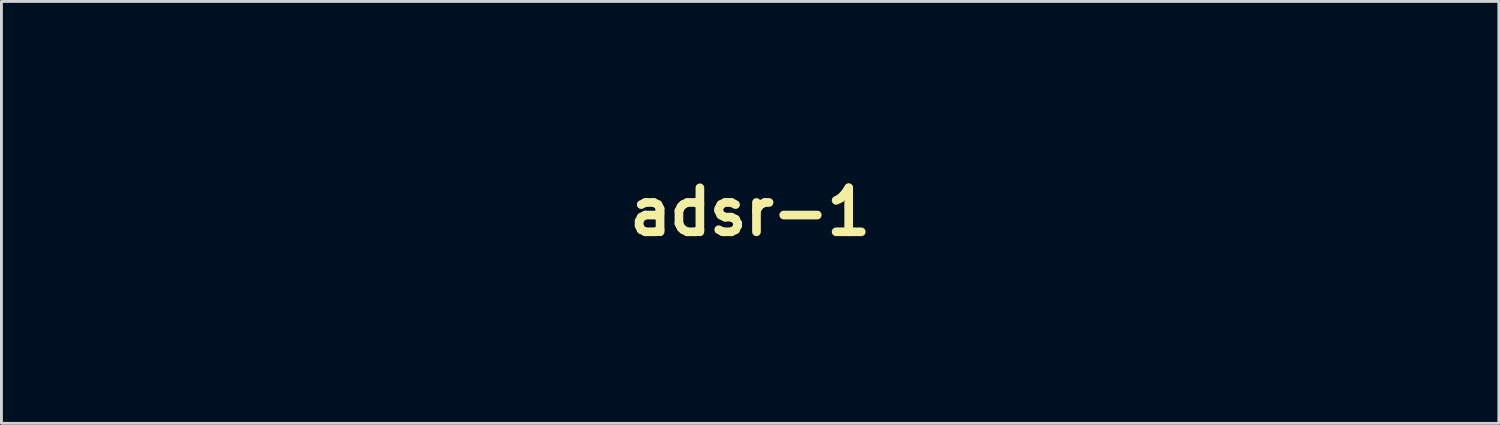
<source format=kicad_pcb>
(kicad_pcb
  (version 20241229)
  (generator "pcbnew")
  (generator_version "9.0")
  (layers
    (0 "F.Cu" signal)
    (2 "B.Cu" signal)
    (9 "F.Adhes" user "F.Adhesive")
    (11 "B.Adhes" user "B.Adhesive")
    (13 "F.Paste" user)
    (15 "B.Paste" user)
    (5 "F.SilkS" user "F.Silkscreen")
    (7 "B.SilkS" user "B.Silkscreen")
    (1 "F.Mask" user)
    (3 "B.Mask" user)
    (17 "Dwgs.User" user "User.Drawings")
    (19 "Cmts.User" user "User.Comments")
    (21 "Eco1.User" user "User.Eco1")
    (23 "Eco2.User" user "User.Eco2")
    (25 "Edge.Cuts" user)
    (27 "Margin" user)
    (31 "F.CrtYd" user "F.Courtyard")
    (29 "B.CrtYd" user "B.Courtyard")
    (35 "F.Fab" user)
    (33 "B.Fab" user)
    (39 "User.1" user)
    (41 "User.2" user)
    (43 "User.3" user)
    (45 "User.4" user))
  (footprint "adsr-1"
    (layer "F.Cu")
    (at 22.928 4.288)
    (property "Reference" "adsr-1" (at 0 0 0) (layer "F.SilkS") (effects (font (size 1.524 1.524) (thickness 0.3))))
    (attr through_hole)
    (fp_poly (pts (xy 16.549 -0.667) (xy 16.963 -0.667) (xy 17.366 -0.665) (xy 17.752 -0.664) (xy 18.116 -0.662) (xy 18.454 -0.659) (xy 18.761 -0.657) (xy 19.031 -0.653) (xy 19.26 -0.65) (xy 19.442 -0.646) (xy 19.572 -0.641) (xy 19.646 -0.636) (xy 19.659 -0.634) (xy 19.765 -0.58) (xy 19.878 -0.485) (xy 19.982 -0.364) (xy 20.063 -0.236) (xy 20.094 -0.159) (xy 20.119 0.024) (xy 20.082 0.197) (xy 19.987 0.356) (xy 19.834 0.497) (xy 19.71 0.575) (xy 19.51 0.683) (xy 16.05 0.689) (xy 15.489 0.69) (xy 14.989 0.69) (xy 14.546 0.69) (xy 14.156 0.69) (xy 13.816 0.689) (xy 13.523 0.688) (xy 13.273 0.686) (xy 13.064 0.683) (xy 12.891 0.68) (xy 12.752 0.677) (xy 12.643 0.672) (xy 12.56 0.667) (xy 12.501 0.661) (xy 12.462 0.655) (xy 12.452 0.652) (xy 12.247 0.558) (xy 12.071 0.419) (xy 11.981 0.31) (xy 11.924 0.213) (xy 11.898 0.117) (xy 11.893 0.003) (xy 11.905 -0.135) (xy 11.937 -0.253) (xy 11.948 -0.277) (xy 12.039 -0.41) (xy 12.156 -0.526) (xy 12.28 -0.609) (xy 12.342 -0.633) (xy 12.392 -0.638) (xy 12.501 -0.643) (xy 12.663 -0.647) (xy 12.874 -0.651) (xy 13.128 -0.655) (xy 13.421 -0.658) (xy 13.747 -0.661) (xy 14.102 -0.663) (xy 14.48 -0.665) (xy 14.877 -0.666) (xy 15.287 -0.667) (xy 15.706 -0.667) (xy 16.128 -0.668) (xy 16.549 -0.667)) (stroke (width 0.01) (type solid)) (fill yes) (layer "F.Mask"))
    (fp_poly (pts (xy 21.66 -4.25) (xy 21.723 -4.249) (xy 21.909 -4.243) (xy 22.045 -4.236) (xy 22.144 -4.225) (xy 22.221 -4.207) (xy 22.288 -4.182) (xy 22.329 -4.163) (xy 22.488 -4.066) (xy 22.64 -3.942) (xy 22.769 -3.806) (xy 22.857 -3.674) (xy 22.858 -3.671) (xy 22.868 -3.65) (xy 22.877 -3.627) (xy 22.885 -3.599) (xy 22.892 -3.563) (xy 22.898 -3.515) (xy 22.904 -3.451) (xy 22.908 -3.369) (xy 22.912 -3.263) (xy 22.914 -3.132) (xy 22.917 -2.97) (xy 22.918 -2.775) (xy 22.919 -2.544) (xy 22.92 -2.271) (xy 22.92 -1.955) (xy 22.919 -1.591) (xy 22.919 -1.176) (xy 22.918 -0.706) (xy 22.917 -0.177) (xy 22.916 0.069) (xy 22.908 3.672) (xy 22.82 3.804) (xy 22.686 3.958) (xy 22.507 4.095) (xy 22.298 4.202) (xy 22.241 4.224) (xy 22.117 4.256) (xy 21.953 4.282) (xy 21.77 4.301) (xy 21.589 4.31) (xy 21.432 4.309) (xy 21.336 4.298) (xy 21.08 4.227) (xy 20.849 4.121) (xy 20.653 3.986) (xy 20.505 3.83) (xy 20.487 3.804) (xy 20.399 3.672) (xy 20.382 0.091) (xy 20.47 -0.071) (xy 20.518 -0.144) (xy 20.603 -0.252) (xy 20.715 -0.387) (xy 20.847 -0.539) (xy 20.99 -0.697) (xy 21.025 -0.735) (xy 21.186 -0.908) (xy 21.31 -1.046) (xy 21.401 -1.157) (xy 21.464 -1.253) (xy 21.505 -1.344) (xy 21.527 -1.442) (xy 21.537 -1.556) (xy 21.54 -1.697) (xy 21.539 -1.826) (xy 21.537 -1.974) (xy 21.527 -2.096) (xy 21.505 -2.203) (xy 21.466 -2.304) (xy 21.404 -2.408) (xy 21.314 -2.526) (xy 21.191 -2.667) (xy 21.03 -2.841) (xy 20.985 -2.889) (xy 20.82 -3.067) (xy 20.695 -3.209) (xy 20.606 -3.323) (xy 20.548 -3.417) (xy 20.518 -3.502) (xy 20.512 -3.584) (xy 20.523 -3.672) (xy 20.546 -3.762) (xy 20.62 -3.914) (xy 20.748 -4.044) (xy 20.924 -4.147) (xy 21.048 -4.193) (xy 21.148 -4.22) (xy 21.243 -4.238) (xy 21.35 -4.248) (xy 21.483 -4.252) (xy 21.66 -4.25)) (stroke (width 0.01) (type solid)) (fill yes) (layer "F.Mask"))
    (fp_poly (pts (xy 1.445 -4.202) (xy 1.494 -4.164) (xy 1.581 -4.089) (xy 1.698 -3.981) (xy 1.838 -3.848) (xy 1.996 -3.696) (xy 2.163 -3.532) (xy 2.335 -3.362) (xy 2.503 -3.194) (xy 2.661 -3.033) (xy 2.803 -2.887) (xy 2.921 -2.762) (xy 3.01 -2.665) (xy 3.062 -2.602) (xy 3.071 -2.588) (xy 3.087 -2.51) (xy 3.086 -2.396) (xy 3.069 -2.268) (xy 3.042 -2.148) (xy 3.005 -2.06) (xy 3.003 -2.056) (xy 2.902 -1.958) (xy 2.755 -1.896) (xy 2.572 -1.873) (xy 2.561 -1.873) (xy 2.385 -1.873) (xy 1.936 -2.294) (xy 1.788 -2.43) (xy 1.648 -2.556) (xy 1.526 -2.663) (xy 1.43 -2.742) (xy 1.371 -2.786) (xy 1.254 -2.857) (xy -1.034 -2.857) (xy -3.321 -2.858) (xy -3.463 -2.768) (xy -3.628 -2.638) (xy -3.761 -2.484) (xy -3.831 -2.358) (xy -3.851 -2.274) (xy -3.866 -2.142) (xy -3.874 -1.978) (xy -3.877 -1.798) (xy -3.873 -1.615) (xy -3.864 -1.446) (xy -3.85 -1.305) (xy -3.83 -1.208) (xy -3.823 -1.188) (xy -3.733 -1.057) (xy -3.594 -0.927) (xy -3.419 -0.809) (xy -3.322 -0.759) (xy -3.127 -0.667) (xy -0.905 -0.666) (xy 1.318 -0.665) (xy 1.477 -0.563) (xy 1.537 -0.516) (xy 1.635 -0.43) (xy 1.764 -0.31) (xy 1.917 -0.163) (xy 2.09 0.005) (xy 2.275 0.189) (xy 2.418 0.333) (xy 2.634 0.554) (xy 2.809 0.734) (xy 2.947 0.88) (xy 3.053 0.995) (xy 3.13 1.086) (xy 3.183 1.155) (xy 3.216 1.209) (xy 3.234 1.252) (xy 3.235 1.254) (xy 3.25 1.345) (xy 3.26 1.484) (xy 3.267 1.653) (xy 3.269 1.838) (xy 3.267 2.022) (xy 3.26 2.188) (xy 3.249 2.322) (xy 3.236 2.397) (xy 3.22 2.437) (xy 3.191 2.486) (xy 3.144 2.549) (xy 3.074 2.631) (xy 2.979 2.735) (xy 2.853 2.868) (xy 2.692 3.032) (xy 2.492 3.234) (xy 2.355 3.371) (xy 2.136 3.589) (xy 1.957 3.767) (xy 1.812 3.909) (xy 1.697 4.019) (xy 1.605 4.102) (xy 1.533 4.163) (xy 1.475 4.205) (xy 1.426 4.234) (xy 1.38 4.253) (xy 1.336 4.268) (xy 1.295 4.278) (xy 1.244 4.286) (xy 1.177 4.294) (xy 1.089 4.3) (xy 0.977 4.305) (xy 0.835 4.309) (xy 0.659 4.312) (xy 0.444 4.314) (xy 0.186 4.316) (xy -0.121 4.317) (xy -0.48 4.317) (xy -0.897 4.317) (xy -1.03 4.317) (xy -1.458 4.317) (xy -1.828 4.316) (xy -2.143 4.315) (xy -2.41 4.314) (xy -2.632 4.312) (xy -2.814 4.31) (xy -2.961 4.306) (xy -3.078 4.302) (xy -3.17 4.297) (xy -3.241 4.29) (xy -3.297 4.282) (xy -3.341 4.273) (xy -3.379 4.262) (xy -3.395 4.257) (xy -3.444 4.237) (xy -3.495 4.211) (xy -3.551 4.173) (xy -3.619 4.12) (xy -3.704 4.045) (xy -3.811 3.945) (xy -3.946 3.814) (xy -4.114 3.648) (xy -4.319 3.443) (xy -4.36 3.402) (xy -5.153 2.608) (xy -5.135 2.41) (xy -5.095 2.218) (xy -5.013 2.073) (xy -4.888 1.975) (xy -4.718 1.921) (xy -4.638 1.911) (xy -4.45 1.898) (xy -3.983 2.329) (xy -3.83 2.467) (xy -3.683 2.595) (xy -3.55 2.703) (xy -3.444 2.785) (xy -3.372 2.831) (xy -3.37 2.833) (xy -3.335 2.849) (xy -3.3 2.863) (xy -3.258 2.875) (xy -3.206 2.884) (xy -3.135 2.892) (xy -3.041 2.897) (xy -2.918 2.902) (xy -2.76 2.906) (xy -2.561 2.908) (xy -2.315 2.911) (xy -2.017 2.913) (xy -1.699 2.915) (xy -1.286 2.918) (xy -0.934 2.918) (xy -0.641 2.916) (xy -0.405 2.913) (xy -0.224 2.908) (xy -0.095 2.9) (xy -0.016 2.891) (xy -0.009 2.89) (xy 0.128 2.844) (xy 0.255 2.762) (xy 0.311 2.714) (xy 0.467 2.533) (xy 0.579 2.316) (xy 0.646 2.074) (xy 0.668 1.816) (xy 0.643 1.555) (xy 0.571 1.3) (xy 0.452 1.062) (xy 0.421 1.015) (xy 0.386 0.962) (xy 0.355 0.916) (xy 0.324 0.876) (xy 0.288 0.842) (xy 0.244 0.814) (xy 0.186 0.791) (xy 0.111 0.773) (xy 0.013 0.759) (xy -0.112 0.748) (xy -0.269 0.74) (xy -0.461 0.735) (xy -0.695 0.732) (xy -0.973 0.73) (xy -1.301 0.73) (xy -1.683 0.73) (xy -2.124 0.73) (xy -2.15 0.73) (xy -2.581 0.73) (xy -2.952 0.73) (xy -3.27 0.729) (xy -3.539 0.728) (xy -3.763 0.727) (xy -3.947 0.725) (xy -4.096 0.722) (xy -4.214 0.717) (xy -4.307 0.712) (xy -4.378 0.706) (xy -4.434 0.699) (xy -4.478 0.689) (xy -4.515 0.679) (xy -4.55 0.666) (xy -4.55 0.666) (xy -4.736 0.578) (xy -4.921 0.459) (xy -5.081 0.325) (xy -5.157 0.243) (xy -5.255 0.121) (xy -5.264 -1.098) (xy -5.266 -1.409) (xy -5.267 -1.664) (xy -5.267 -1.868) (xy -5.266 -2.029) (xy -5.263 -2.153) (xy -5.258 -2.247) (xy -5.25 -2.318) (xy -5.241 -2.372) (xy -5.228 -2.416) (xy -5.212 -2.457) (xy -5.207 -2.468) (xy -5.179 -2.521) (xy -5.134 -2.585) (xy -5.066 -2.667) (xy -4.971 -2.771) (xy -4.846 -2.901) (xy -4.685 -3.062) (xy -4.484 -3.26) (xy -4.372 -3.369) (xy -4.168 -3.566) (xy -3.978 -3.745) (xy -3.81 -3.901) (xy -3.667 -4.028) (xy -3.556 -4.122) (xy -3.483 -4.178) (xy -3.466 -4.188) (xy -3.439 -4.202) (xy -3.412 -4.213) (xy -3.379 -4.223) (xy -3.336 -4.231) (xy -3.279 -4.238) (xy -3.202 -4.243) (xy -3.102 -4.248) (xy -2.973 -4.252) (xy -2.812 -4.255) (xy -2.613 -4.257) (xy -2.373 -4.259) (xy -2.087 -4.261) (xy -1.749 -4.262) (xy -1.356 -4.263) (xy -1.006 -4.264) (xy 1.318 -4.27) (xy 1.445 -4.202)) (stroke (width 0.01) (type solid)) (fill yes) (layer "F.Mask"))
    (fp_poly (pts (xy -17.84 -4.281) (xy -17.719 -4.275) (xy -17.628 -4.267) (xy -17.561 -4.255) (xy -17.556 -4.254) (xy -17.509 -4.242) (xy -17.464 -4.225) (xy -17.417 -4.2) (xy -17.361 -4.162) (xy -17.292 -4.106) (xy -17.204 -4.028) (xy -17.092 -3.923) (xy -16.951 -3.787) (xy -16.774 -3.615) (xy -16.573 -3.419) (xy -16.342 -3.189) (xy -16.14 -2.986) (xy -15.971 -2.811) (xy -15.839 -2.668) (xy -15.746 -2.561) (xy -15.695 -2.493) (xy -15.692 -2.488) (xy -15.647 -2.396) (xy -15.611 -2.306) (xy -15.583 -2.21) (xy -15.561 -2.098) (xy -15.546 -1.963) (xy -15.535 -1.798) (xy -15.529 -1.592) (xy -15.526 -1.34) (xy -15.525 -1.049) (xy -15.525 -0.111) (xy -15.433 0.032) (xy -15.382 0.102) (xy -15.295 0.206) (xy -15.183 0.336) (xy -15.054 0.479) (xy -14.939 0.603) (xy -14.805 0.749) (xy -14.682 0.887) (xy -14.578 1.01) (xy -14.503 1.105) (xy -14.467 1.159) (xy -14.449 1.195) (xy -14.434 1.234) (xy -14.422 1.281) (xy -14.413 1.345) (xy -14.406 1.432) (xy -14.401 1.55) (xy -14.397 1.704) (xy -14.394 1.902) (xy -14.391 2.151) (xy -14.389 2.399) (xy -14.38 3.513) (xy -14.485 3.716) (xy -14.606 3.897) (xy -14.754 4.029) (xy -14.92 4.106) (xy -15.098 4.127) (xy -15.249 4.098) (xy -15.345 4.05) (xy -15.46 3.969) (xy -15.572 3.874) (xy -15.661 3.781) (xy -15.693 3.735) (xy -15.705 3.693) (xy -15.715 3.607) (xy -15.724 3.475) (xy -15.732 3.292) (xy -15.739 3.056) (xy -15.745 2.762) (xy -15.748 2.556) (xy -15.752 2.26) (xy -15.756 2.021) (xy -15.761 1.831) (xy -15.766 1.684) (xy -15.772 1.572) (xy -15.78 1.488) (xy -15.79 1.425) (xy -15.803 1.376) (xy -15.819 1.335) (xy -15.837 1.297) (xy -15.902 1.185) (xy -15.988 1.064) (xy -16.034 1.007) (xy -16.079 0.955) (xy -16.12 0.911) (xy -16.16 0.874) (xy -16.207 0.844) (xy -16.265 0.82) (xy -16.339 0.801) (xy -16.435 0.787) (xy -16.559 0.776) (xy -16.715 0.769) (xy -16.91 0.765) (xy -17.148 0.763) (xy -17.434 0.762) (xy -17.775 0.762) (xy -18.064 0.762) (xy -18.444 0.762) (xy -18.765 0.762) (xy -19.034 0.763) (xy -19.256 0.765) (xy -19.437 0.769) (xy -19.582 0.777) (xy -19.696 0.788) (xy -19.786 0.803) (xy -19.857 0.823) (xy -19.914 0.848) (xy -19.962 0.88) (xy -20.008 0.918) (xy -20.057 0.964) (xy -20.106 1.01) (xy -20.17 1.071) (xy -20.223 1.124) (xy -20.264 1.177) (xy -20.295 1.236) (xy -20.318 1.31) (xy -20.334 1.406) (xy -20.344 1.531) (xy -20.349 1.692) (xy -20.351 1.897) (xy -20.352 2.154) (xy -20.352 2.358) (xy -20.352 3.385) (xy -20.474 3.637) (xy -20.602 3.86) (xy -20.749 4.031) (xy -20.923 4.157) (xy -21.133 4.242) (xy -21.385 4.29) (xy -21.606 4.305) (xy -21.764 4.306) (xy -21.914 4.303) (xy -22.034 4.294) (xy -22.089 4.286) (xy -22.329 4.207) (xy -22.546 4.079) (xy -22.727 3.912) (xy -22.858 3.719) (xy -22.875 3.683) (xy -22.889 3.644) (xy -22.9 3.596) (xy -22.908 3.532) (xy -22.914 3.444) (xy -22.919 3.327) (xy -22.921 3.173) (xy -22.923 2.976) (xy -22.923 2.73) (xy -22.924 2.429) (xy -22.923 2.126) (xy -22.923 1.88) (xy -22.921 1.684) (xy -22.919 1.531) (xy -22.914 1.414) (xy -22.908 1.327) (xy -22.9 1.263) (xy -22.889 1.214) (xy -22.875 1.175) (xy -22.858 1.139) (xy -22.856 1.134) (xy -22.812 1.069) (xy -22.733 0.969) (xy -22.626 0.843) (xy -22.498 0.7) (xy -22.36 0.551) (xy -22.355 0.547) (xy -22.168 0.345) (xy -22.024 0.181) (xy -21.92 0.047) (xy -21.851 -0.059) (xy -21.836 -0.089) (xy -21.749 -0.27) (xy -21.749 -1.296) (xy -21.749 -1.768) (xy -20.32 -1.768) (xy -20.319 -1.55) (xy -20.313 -1.385) (xy -20.301 -1.261) (xy -20.279 -1.169) (xy -20.245 -1.097) (xy -20.196 -1.035) (xy -20.13 -0.971) (xy -20.12 -0.962) (xy -19.989 -0.867) (xy -19.826 -0.778) (xy -19.664 -0.712) (xy -19.609 -0.696) (xy -19.553 -0.689) (xy -19.442 -0.684) (xy -19.285 -0.68) (xy -19.092 -0.677) (xy -18.872 -0.676) (xy -18.632 -0.676) (xy -18.574 -0.677) (xy -18.304 -0.679) (xy -18.09 -0.681) (xy -17.925 -0.684) (xy -17.799 -0.689) (xy -17.706 -0.695) (xy -17.639 -0.705) (xy -17.588 -0.717) (xy -17.547 -0.733) (xy -17.51 -0.751) (xy -17.326 -0.885) (xy -17.175 -1.069) (xy -17.091 -1.222) (xy -17.052 -1.312) (xy -17.026 -1.391) (xy -17.011 -1.477) (xy -17.004 -1.588) (xy -17.002 -1.742) (xy -17.002 -1.778) (xy -17.014 -2.047) (xy -17.053 -2.269) (xy -17.121 -2.455) (xy -17.223 -2.619) (xy -17.248 -2.65) (xy -17.292 -2.703) (xy -17.335 -2.745) (xy -17.383 -2.779) (xy -17.444 -2.806) (xy -17.522 -2.825) (xy -17.626 -2.839) (xy -17.762 -2.848) (xy -17.937 -2.854) (xy -18.157 -2.857) (xy -18.429 -2.857) (xy -18.662 -2.857) (xy -19.768 -2.857) (xy -19.909 -2.767) (xy -20.065 -2.65) (xy -20.184 -2.517) (xy -20.253 -2.413) (xy -20.278 -2.367) (xy -20.296 -2.316) (xy -20.308 -2.249) (xy -20.315 -2.156) (xy -20.319 -2.025) (xy -20.32 -1.846) (xy -20.32 -1.768) (xy -21.749 -1.768) (xy -21.749 -2.322) (xy -21.665 -2.471) (xy -21.621 -2.531) (xy -21.538 -2.63) (xy -21.421 -2.76) (xy -21.276 -2.916) (xy -21.109 -3.091) (xy -20.926 -3.279) (xy -20.847 -3.358) (xy -20.631 -3.576) (xy -20.453 -3.751) (xy -20.308 -3.89) (xy -20.192 -3.996) (xy -20.099 -4.074) (xy -20.025 -4.129) (xy -19.964 -4.166) (xy -19.948 -4.174) (xy -19.9 -4.195) (xy -19.852 -4.212) (xy -19.798 -4.226) (xy -19.729 -4.236) (xy -19.638 -4.245) (xy -19.517 -4.252) (xy -19.359 -4.258) (xy -19.157 -4.264) (xy -18.902 -4.27) (xy -18.755 -4.273) (xy -18.448 -4.279) (xy -18.198 -4.282) (xy -17.997 -4.283) (xy -17.84 -4.281)) (stroke (width 0.01) (type solid)) (fill yes) (layer "F.Mask"))
    (fp_poly (pts (xy 8.257 -4.265) (xy 8.449 -4.263) (xy 8.605 -4.261) (xy 8.728 -4.258) (xy 8.824 -4.254) (xy 8.896 -4.248) (xy 8.95 -4.242) (xy 8.989 -4.234) (xy 9.018 -4.224) (xy 9.042 -4.214) (xy 9.049 -4.21) (xy 9.109 -4.167) (xy 9.206 -4.085) (xy 9.333 -3.97) (xy 9.483 -3.83) (xy 9.65 -3.671) (xy 9.826 -3.5) (xy 10.006 -3.323) (xy 10.182 -3.147) (xy 10.348 -2.978) (xy 10.497 -2.823) (xy 10.622 -2.689) (xy 10.717 -2.583) (xy 10.775 -2.51) (xy 10.787 -2.491) (xy 10.832 -2.397) (xy 10.869 -2.306) (xy 10.897 -2.209) (xy 10.918 -2.097) (xy 10.934 -1.963) (xy 10.944 -1.798) (xy 10.95 -1.594) (xy 10.953 -1.343) (xy 10.954 -1.049) (xy 10.955 -0.111) (xy 11.046 0.032) (xy 11.098 0.102) (xy 11.184 0.206) (xy 11.297 0.336) (xy 11.426 0.479) (xy 11.541 0.603) (xy 11.675 0.749) (xy 11.798 0.887) (xy 11.901 1.01) (xy 11.977 1.105) (xy 12.013 1.159) (xy 12.031 1.195) (xy 12.045 1.234) (xy 12.057 1.281) (xy 12.066 1.345) (xy 12.073 1.432) (xy 12.078 1.55) (xy 12.082 1.704) (xy 12.085 1.902) (xy 12.088 2.151) (xy 12.09 2.399) (xy 12.1 3.513) (xy 11.995 3.716) (xy 11.873 3.897) (xy 11.726 4.029) (xy 11.559 4.106) (xy 11.381 4.127) (xy 11.23 4.098) (xy 11.134 4.05) (xy 11.02 3.969) (xy 10.907 3.874) (xy 10.818 3.781) (xy 10.786 3.735) (xy 10.775 3.693) (xy 10.764 3.607) (xy 10.755 3.475) (xy 10.747 3.292) (xy 10.741 3.056) (xy 10.735 2.762) (xy 10.732 2.556) (xy 10.727 2.26) (xy 10.723 2.021) (xy 10.719 1.831) (xy 10.714 1.684) (xy 10.708 1.572) (xy 10.7 1.488) (xy 10.69 1.425) (xy 10.677 1.376) (xy 10.661 1.335) (xy 10.643 1.297) (xy 10.577 1.185) (xy 10.492 1.064) (xy 10.445 1.007) (xy 10.4 0.955) (xy 10.36 0.911) (xy 10.319 0.874) (xy 10.273 0.844) (xy 10.215 0.82) (xy 10.14 0.801) (xy 10.044 0.787) (xy 9.92 0.776) (xy 9.764 0.769) (xy 9.57 0.765) (xy 9.332 0.763) (xy 9.045 0.762) (xy 8.704 0.762) (xy 8.415 0.762) (xy 8.036 0.762) (xy 7.714 0.762) (xy 7.445 0.763) (xy 7.223 0.765) (xy 7.043 0.769) (xy 6.898 0.777) (xy 6.783 0.788) (xy 6.693 0.803) (xy 6.623 0.823) (xy 6.566 0.848) (xy 6.517 0.88) (xy 6.471 0.918) (xy 6.423 0.964) (xy 6.374 1.01) (xy 6.309 1.071) (xy 6.257 1.124) (xy 6.215 1.177) (xy 6.184 1.236) (xy 6.161 1.31) (xy 6.146 1.406) (xy 6.136 1.531) (xy 6.13 1.692) (xy 6.128 1.897) (xy 6.128 2.153) (xy 6.128 2.358) (xy 6.127 2.674) (xy 6.125 2.933) (xy 6.12 3.144) (xy 6.111 3.313) (xy 6.097 3.447) (xy 6.076 3.553) (xy 6.047 3.64) (xy 6.01 3.713) (xy 5.963 3.781) (xy 5.904 3.85) (xy 5.876 3.881) (xy 5.674 4.062) (xy 5.443 4.192) (xy 5.204 4.269) (xy 5.014 4.299) (xy 4.794 4.312) (xy 4.574 4.307) (xy 4.39 4.285) (xy 4.154 4.209) (xy 3.939 4.083) (xy 3.758 3.918) (xy 3.623 3.722) (xy 3.622 3.719) (xy 3.612 3.698) (xy 3.603 3.676) (xy 3.595 3.648) (xy 3.588 3.612) (xy 3.581 3.563) (xy 3.576 3.498) (xy 3.572 3.414) (xy 3.568 3.306) (xy 3.565 3.172) (xy 3.562 3.008) (xy 3.56 2.809) (xy 3.559 2.573) (xy 3.558 2.297) (xy 3.557 1.975) (xy 3.556 1.606) (xy 3.556 1.185) (xy 3.556 0.708) (xy 3.556 0.173) (xy 3.556 -0.002) (xy 3.556 -0.566) (xy 3.556 -1.071) (xy 3.556 -1.519) (xy 3.556 -1.773) (xy 4.953 -1.773) (xy 4.954 -1.581) (xy 4.958 -1.44) (xy 4.966 -1.338) (xy 4.979 -1.261) (xy 4.999 -1.199) (xy 5.019 -1.154) (xy 5.122 -1.004) (xy 5.274 -0.871) (xy 5.458 -0.765) (xy 5.643 -0.701) (xy 5.698 -0.695) (xy 5.81 -0.69) (xy 5.972 -0.685) (xy 6.177 -0.682) (xy 6.419 -0.679) (xy 6.691 -0.677) (xy 6.986 -0.677) (xy 7.297 -0.677) (xy 7.303 -0.677) (xy 7.655 -0.678) (xy 7.949 -0.68) (xy 8.192 -0.681) (xy 8.388 -0.684) (xy 8.544 -0.687) (xy 8.664 -0.691) (xy 8.756 -0.697) (xy 8.824 -0.704) (xy 8.874 -0.713) (xy 8.913 -0.724) (xy 8.945 -0.738) (xy 8.974 -0.753) (xy 9.158 -0.887) (xy 9.303 -1.069) (xy 9.408 -1.296) (xy 9.47 -1.566) (xy 9.486 -1.736) (xy 9.478 -2.028) (xy 9.423 -2.29) (xy 9.324 -2.515) (xy 9.263 -2.606) (xy 9.223 -2.659) (xy 9.187 -2.704) (xy 9.15 -2.741) (xy 9.107 -2.772) (xy 9.052 -2.797) (xy 8.98 -2.817) (xy 8.887 -2.831) (xy 8.765 -2.842) (xy 8.612 -2.85) (xy 8.42 -2.854) (xy 8.185 -2.857) (xy 7.902 -2.857) (xy 7.566 -2.858) (xy 7.222 -2.857) (xy 5.505 -2.857) (xy 5.363 -2.768) (xy 5.198 -2.638) (xy 5.066 -2.484) (xy 4.996 -2.358) (xy 4.976 -2.279) (xy 4.962 -2.149) (xy 4.955 -1.965) (xy 4.953 -1.773) (xy 3.556 -1.773) (xy 3.556 -1.914) (xy 3.557 -2.26) (xy 3.558 -2.56) (xy 3.561 -2.818) (xy 3.565 -3.038) (xy 3.57 -3.222) (xy 3.578 -3.375) (xy 3.587 -3.5) (xy 3.598 -3.601) (xy 3.612 -3.681) (xy 3.629 -3.744) (xy 3.649 -3.793) (xy 3.671 -3.831) (xy 3.697 -3.864) (xy 3.727 -3.893) (xy 3.76 -3.923) (xy 3.798 -3.956) (xy 3.815 -3.973) (xy 3.919 -4.064) (xy 4.03 -4.144) (xy 4.102 -4.186) (xy 4.129 -4.199) (xy 4.158 -4.209) (xy 4.194 -4.219) (xy 4.241 -4.226) (xy 4.304 -4.233) (xy 4.387 -4.239) (xy 4.495 -4.243) (xy 4.632 -4.247) (xy 4.803 -4.25) (xy 5.012 -4.253) (xy 5.264 -4.255) (xy 5.563 -4.257) (xy 5.914 -4.258) (xy 6.321 -4.26) (xy 6.588 -4.261) (xy 7.031 -4.263) (xy 7.415 -4.264) (xy 7.744 -4.265) (xy 8.023 -4.265) (xy 8.257 -4.265)) (stroke (width 0.01) (type solid)) (fill yes) (layer "F.Mask"))
    (fp_poly (pts (xy -8.516 -4.265) (xy -8.274 -4.264) (xy -8.072 -4.263) (xy -7.906 -4.261) (xy -7.772 -4.258) (xy -7.666 -4.254) (xy -7.583 -4.25) (xy -7.522 -4.244) (xy -7.476 -4.237) (xy -7.442 -4.23) (xy -7.417 -4.221) (xy -7.398 -4.212) (xy -7.35 -4.176) (xy -7.263 -4.101) (xy -7.143 -3.991) (xy -6.997 -3.854) (xy -6.83 -3.693) (xy -6.648 -3.516) (xy -6.484 -3.354) (xy -6.268 -3.139) (xy -6.093 -2.962) (xy -5.954 -2.819) (xy -5.846 -2.705) (xy -5.765 -2.614) (xy -5.707 -2.541) (xy -5.665 -2.482) (xy -5.637 -2.429) (xy -5.619 -2.388) (xy -5.607 -2.354) (xy -5.597 -2.317) (xy -5.588 -2.273) (xy -5.58 -2.216) (xy -5.574 -2.144) (xy -5.569 -2.05) (xy -5.565 -1.93) (xy -5.562 -1.779) (xy -5.56 -1.593) (xy -5.558 -1.366) (xy -5.557 -1.095) (xy -5.557 -0.774) (xy -5.556 -0.399) (xy -5.556 0.016) (xy -5.556 0.447) (xy -5.557 0.82) (xy -5.557 1.139) (xy -5.558 1.408) (xy -5.56 1.633) (xy -5.562 1.818) (xy -5.565 1.967) (xy -5.569 2.086) (xy -5.574 2.179) (xy -5.58 2.251) (xy -5.588 2.307) (xy -5.597 2.35) (xy -5.608 2.387) (xy -5.619 2.42) (xy -5.64 2.469) (xy -5.67 2.522) (xy -5.714 2.583) (xy -5.775 2.657) (xy -5.858 2.75) (xy -5.969 2.867) (xy -6.112 3.013) (xy -6.291 3.194) (xy -6.5 3.403) (xy -6.715 3.616) (xy -6.891 3.79) (xy -7.033 3.927) (xy -7.145 4.034) (xy -7.234 4.113) (xy -7.304 4.171) (xy -7.361 4.211) (xy -7.41 4.238) (xy -7.456 4.257) (xy -7.491 4.268) (xy -7.527 4.276) (xy -7.573 4.284) (xy -7.633 4.291) (xy -7.712 4.297) (xy -7.813 4.302) (xy -7.94 4.306) (xy -8.098 4.309) (xy -8.29 4.312) (xy -8.521 4.314) (xy -8.794 4.315) (xy -9.115 4.316) (xy -9.486 4.317) (xy -9.912 4.317) (xy -10.396 4.317) (xy -10.459 4.317) (xy -10.946 4.317) (xy -11.373 4.316) (xy -11.745 4.316) (xy -12.066 4.315) (xy -12.34 4.313) (xy -12.571 4.312) (xy -12.764 4.309) (xy -12.922 4.306) (xy -13.05 4.303) (xy -13.151 4.298) (xy -13.23 4.293) (xy -13.292 4.286) (xy -13.339 4.279) (xy -13.377 4.27) (xy -13.41 4.26) (xy -13.422 4.256) (xy -13.641 4.154) (xy -13.829 4.022) (xy -13.975 3.868) (xy -14.036 3.772) (xy -14.046 3.752) (xy -14.054 3.728) (xy -14.061 3.697) (xy -14.068 3.656) (xy -14.073 3.6) (xy -14.078 3.526) (xy -14.082 3.43) (xy -14.086 3.31) (xy -14.089 3.161) (xy -14.091 2.98) (xy -14.093 2.764) (xy -14.094 2.508) (xy -14.095 2.209) (xy -14.096 1.865) (xy -14.097 1.47) (xy -14.097 1.022) (xy -14.097 0.518) (xy -14.097 0.03) (xy -14.097 -0.537) (xy -14.097 -1.044) (xy -14.097 -1.495) (xy -14.097 -1.81) (xy -12.7 -1.81) (xy -12.699 -1.634) (xy -12.691 -1.491) (xy -12.673 -1.37) (xy -12.64 -1.262) (xy -12.585 -1.155) (xy -12.505 -1.041) (xy -12.395 -0.909) (xy -12.249 -0.748) (xy -12.114 -0.604) (xy -11.974 -0.455) (xy -11.859 -0.331) (xy -11.766 -0.222) (xy -11.693 -0.122) (xy -11.638 -0.021) (xy -11.597 0.088) (xy -11.569 0.213) (xy -11.551 0.363) (xy -11.539 0.546) (xy -11.533 0.77) (xy -11.529 1.042) (xy -11.525 1.286) (xy -11.519 1.619) (xy -11.513 1.891) (xy -11.505 2.105) (xy -11.496 2.263) (xy -11.486 2.37) (xy -11.474 2.426) (xy -11.471 2.432) (xy -11.41 2.51) (xy -11.315 2.604) (xy -11.205 2.696) (xy -11.1 2.768) (xy -11.075 2.782) (xy -11.014 2.812) (xy -10.956 2.838) (xy -10.893 2.859) (xy -10.821 2.876) (xy -10.732 2.889) (xy -10.622 2.899) (xy -10.483 2.907) (xy -10.31 2.912) (xy -10.096 2.915) (xy -9.836 2.917) (xy -9.523 2.918) (xy -9.237 2.919) (xy -8.88 2.919) (xy -8.58 2.919) (xy -8.333 2.917) (xy -8.132 2.914) (xy -7.972 2.911) (xy -7.846 2.905) (xy -7.749 2.898) (xy -7.676 2.89) (xy -7.621 2.879) (xy -7.596 2.873) (xy -7.447 2.805) (xy -7.294 2.695) (xy -7.154 2.559) (xy -7.047 2.415) (xy -7.02 2.366) (xy -7.007 2.337) (xy -6.996 2.307) (xy -6.987 2.27) (xy -6.979 2.223) (xy -6.972 2.161) (xy -6.967 2.078) (xy -6.962 1.971) (xy -6.959 1.834) (xy -6.957 1.662) (xy -6.955 1.452) (xy -6.954 1.198) (xy -6.954 0.896) (xy -6.953 0.541) (xy -6.953 0.128) (xy -6.953 0.019) (xy -6.953 -0.423) (xy -6.953 -0.807) (xy -6.954 -1.136) (xy -6.955 -1.416) (xy -6.958 -1.652) (xy -6.963 -1.847) (xy -6.971 -2.007) (xy -6.981 -2.136) (xy -6.994 -2.239) (xy -7.012 -2.321) (xy -7.033 -2.386) (xy -7.059 -2.44) (xy -7.09 -2.486) (xy -7.127 -2.529) (xy -7.169 -2.575) (xy -7.207 -2.615) (xy -7.247 -2.66) (xy -7.282 -2.699) (xy -7.317 -2.733) (xy -7.356 -2.761) (xy -7.403 -2.785) (xy -7.463 -2.805) (xy -7.541 -2.82) (xy -7.641 -2.833) (xy -7.768 -2.842) (xy -7.926 -2.849) (xy -8.119 -2.853) (xy -8.353 -2.856) (xy -8.632 -2.857) (xy -8.959 -2.858) (xy -9.341 -2.858) (xy -9.781 -2.858) (xy -9.849 -2.857) (xy -12.148 -2.857) (xy -12.29 -2.768) (xy -12.455 -2.638) (xy -12.587 -2.484) (xy -12.657 -2.358) (xy -12.679 -2.271) (xy -12.692 -2.128) (xy -12.699 -1.925) (xy -12.7 -1.81) (xy -14.097 -1.81) (xy -14.097 -1.892) (xy -14.096 -2.241) (xy -14.095 -2.543) (xy -14.092 -2.804) (xy -14.088 -3.025) (xy -14.083 -3.212) (xy -14.076 -3.366) (xy -14.067 -3.493) (xy -14.055 -3.595) (xy -14.041 -3.676) (xy -14.025 -3.74) (xy -14.006 -3.79) (xy -13.984 -3.829) (xy -13.958 -3.861) (xy -13.929 -3.891) (xy -13.896 -3.92) (xy -13.859 -3.953) (xy -13.838 -3.973) (xy -13.734 -4.063) (xy -13.623 -4.144) (xy -13.551 -4.186) (xy -13.527 -4.197) (xy -13.5 -4.207) (xy -13.468 -4.215) (xy -13.426 -4.223) (xy -13.37 -4.229) (xy -13.296 -4.235) (xy -13.2 -4.24) (xy -13.079 -4.243) (xy -12.927 -4.247) (xy -12.741 -4.25) (xy -12.518 -4.252) (xy -12.253 -4.254) (xy -11.942 -4.256) (xy -11.582 -4.257) (xy -11.167 -4.259) (xy -10.695 -4.26) (xy -10.462 -4.261) (xy -9.961 -4.263) (xy -9.521 -4.264) (xy -9.135 -4.265) (xy -8.802 -4.265) (xy -8.516 -4.265)) (stroke (width 0.01) (type solid)) (fill yes) (layer "F.Mask")))
  (gr_rect
    (start -3 -3)
    (end 48.853 11.61)
    (stroke (width 0.1) (type default))
    (fill no)
    (layer "Edge.Cuts")))
</source>
